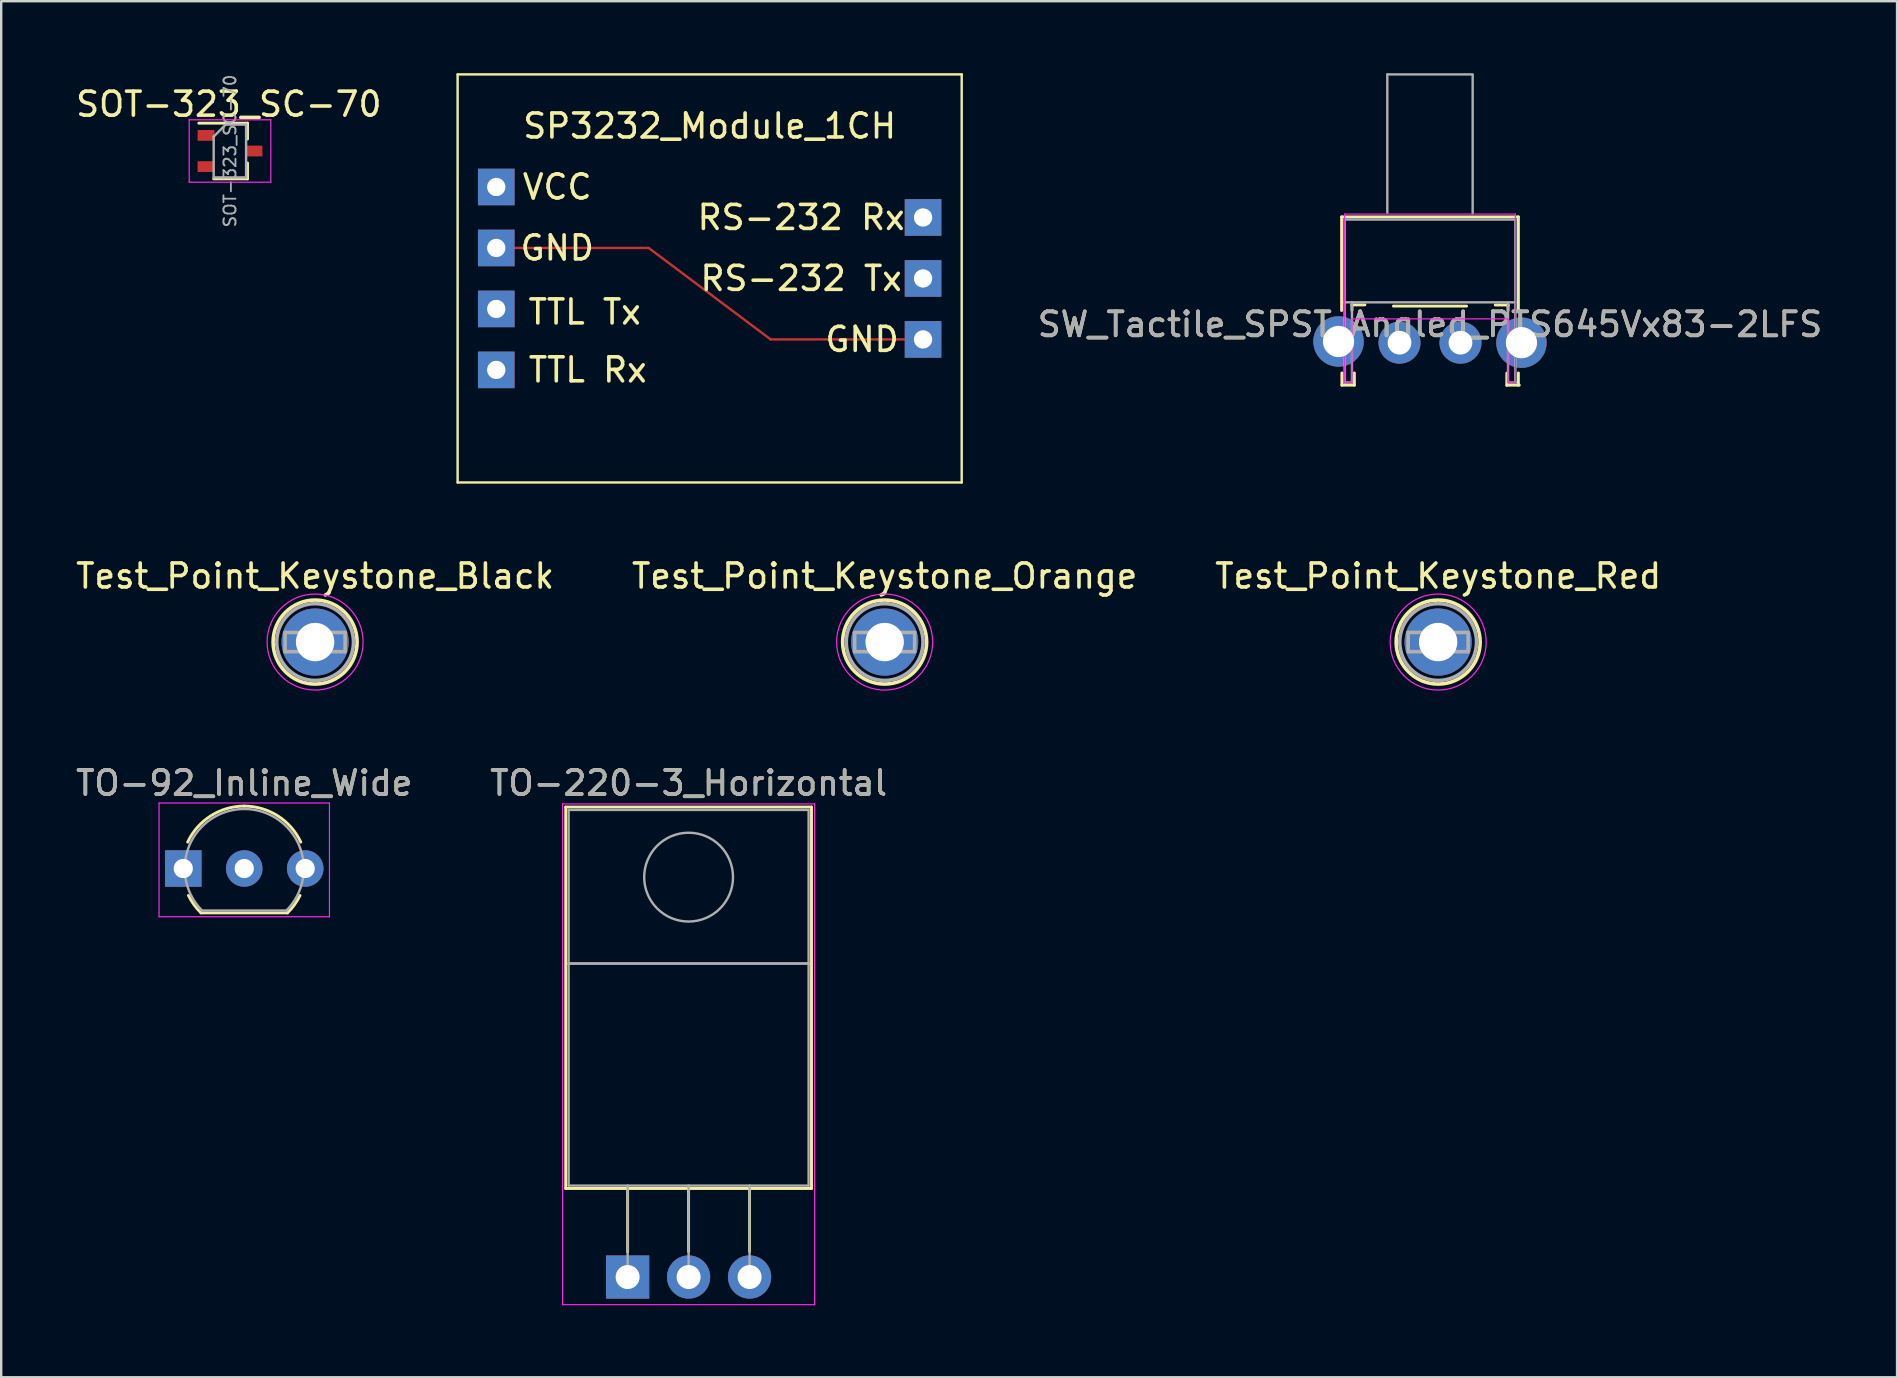
<source format=kicad_pcb>
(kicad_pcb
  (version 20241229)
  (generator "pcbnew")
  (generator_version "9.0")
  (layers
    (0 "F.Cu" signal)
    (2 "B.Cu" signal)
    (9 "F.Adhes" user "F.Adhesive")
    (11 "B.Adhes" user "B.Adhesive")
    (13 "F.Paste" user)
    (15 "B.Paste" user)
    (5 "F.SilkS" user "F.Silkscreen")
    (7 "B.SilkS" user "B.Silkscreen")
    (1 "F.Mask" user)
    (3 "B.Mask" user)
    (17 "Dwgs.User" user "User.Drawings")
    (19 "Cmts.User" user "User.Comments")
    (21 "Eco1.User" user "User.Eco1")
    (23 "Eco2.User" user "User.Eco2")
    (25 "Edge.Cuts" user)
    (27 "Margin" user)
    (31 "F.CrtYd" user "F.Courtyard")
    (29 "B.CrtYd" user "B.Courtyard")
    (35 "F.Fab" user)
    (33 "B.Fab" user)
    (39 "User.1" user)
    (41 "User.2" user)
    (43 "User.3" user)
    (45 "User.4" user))
  (footprint "Test_Point_Keystone_Orange"
    (layer "F.Cu")
    (at 33.804 23.698)
    (property "Reference" "Test_Point_Keystone_Orange" (at 0 -2.75 0) (layer "F.SilkS") (effects (font (size 1 1) (thickness 0.15))))
    (attr exclude_from_pos_files exclude_from_bom)
    (fp_circle (center 0 0) (end 1.75 0) (stroke (width 0.15) (type solid)) (fill no) (layer "F.SilkS"))
    (fp_circle (center 0 0) (end 2 0) (stroke (width 0.05) (type solid)) (fill no) (layer "F.CrtYd"))
    (fp_line (start -1.25 -0.4) (end 1.25 -0.4) (stroke (width 0.15) (type solid)) (layer "F.Fab"))
    (fp_line (start -1.25 0.4) (end -1.25 -0.4) (stroke (width 0.15) (type solid)) (layer "F.Fab"))
    (fp_line (start 1.25 -0.4) (end 1.25 0.4) (stroke (width 0.15) (type solid)) (layer "F.Fab"))
    (fp_line (start 1.25 0.4) (end -1.25 0.4) (stroke (width 0.15) (type solid)) (layer "F.Fab"))
    (fp_circle (center 0 0) (end 1.6 0) (stroke (width 0.15) (type solid)) (fill no) (layer "F.Fab"))
    (pad "1" thru_hole circle (at 0 0) (size 2.8 2.8) (drill 1.6) (layers "*.Cu" "*.Mask")))
  (footprint "SOT-323_SC-70"
    (layer "F.Cu")
    (at 6.532 3.241)
    (property "Reference" "SOT-323_SC-70" (at -0.05 -1.95 0) (layer "F.SilkS") (effects (font (size 1 1) (thickness 0.15))))
    (attr smd)
    (fp_line (start -0.68 1.16) (end 0.73 1.16) (stroke (width 0.12) (type solid)) (layer "F.SilkS"))
    (fp_line (start 0.73 -1.16) (end -1.3 -1.16) (stroke (width 0.12) (type solid)) (layer "F.SilkS"))
    (fp_line (start 0.73 -1.16) (end 0.73 -0.5) (stroke (width 0.12) (type solid)) (layer "F.SilkS"))
    (fp_line (start 0.73 0.5) (end 0.73 1.16) (stroke (width 0.12) (type solid)) (layer "F.SilkS"))
    (fp_line (start -1.7 -1.3) (end 1.7 -1.3) (stroke (width 0.05) (type solid)) (layer "F.CrtYd"))
    (fp_line (start -1.7 1.3) (end -1.7 -1.3) (stroke (width 0.05) (type solid)) (layer "F.CrtYd"))
    (fp_line (start 1.7 -1.3) (end 1.7 1.3) (stroke (width 0.05) (type solid)) (layer "F.CrtYd"))
    (fp_line (start 1.7 1.3) (end -1.7 1.3) (stroke (width 0.05) (type solid)) (layer "F.CrtYd"))
    (fp_line (start -0.68 -0.6) (end -0.68 1.1) (stroke (width 0.1) (type solid)) (layer "F.Fab"))
    (fp_line (start -0.18 -1.1) (end -0.68 -0.6) (stroke (width 0.1) (type solid)) (layer "F.Fab"))
    (fp_line (start 0.67 -1.1) (end -0.18 -1.1) (stroke (width 0.1) (type solid)) (layer "F.Fab"))
    (fp_line (start 0.67 -1.1) (end 0.67 1.1) (stroke (width 0.1) (type solid)) (layer "F.Fab"))
    (fp_line (start 0.67 1.1) (end -0.68 1.1) (stroke (width 0.1) (type solid)) (layer "F.Fab"))
    (fp_text user "${REFERENCE}" (at 0 0 270) (layer "F.Fab") (effects (font (size 0.5 0.5) (thickness 0.075))))
    (pad "1" smd rect (at -1 -0.65 270) (size 0.45 0.7) (layers "F.Cu" "F.Mask" "F.Paste"))
    (pad "2" smd rect (at -1 0.65 270) (size 0.45 0.7) (layers "F.Cu" "F.Mask" "F.Paste"))
    (pad "3" smd rect (at 1 0 270) (size 0.45 0.7) (layers "F.Cu" "F.Mask" "F.Paste")))
  (footprint "Test_Point_Keystone_Black"
    (layer "F.Cu")
    (at 10.077 23.698)
    (property "Reference" "Test_Point_Keystone_Black" (at 0 -2.75 0) (layer "F.SilkS") (effects (font (size 1 1) (thickness 0.15))))
    (attr exclude_from_pos_files exclude_from_bom)
    (fp_circle (center 0 0) (end 1.75 0) (stroke (width 0.15) (type solid)) (fill no) (layer "F.SilkS"))
    (fp_circle (center 0 0) (end 2 0) (stroke (width 0.05) (type solid)) (fill no) (layer "F.CrtYd"))
    (fp_line (start -1.25 -0.4) (end 1.25 -0.4) (stroke (width 0.15) (type solid)) (layer "F.Fab"))
    (fp_line (start -1.25 0.4) (end -1.25 -0.4) (stroke (width 0.15) (type solid)) (layer "F.Fab"))
    (fp_line (start 1.25 -0.4) (end 1.25 0.4) (stroke (width 0.15) (type solid)) (layer "F.Fab"))
    (fp_line (start 1.25 0.4) (end -1.25 0.4) (stroke (width 0.15) (type solid)) (layer "F.Fab"))
    (fp_circle (center 0 0) (end 1.6 0) (stroke (width 0.15) (type solid)) (fill no) (layer "F.Fab"))
    (pad "1" thru_hole circle (at 0 0) (size 2.8 2.8) (drill 1.6) (layers "*.Cu" "*.Mask")))
  (footprint "Test_Point_Keystone_Red"
    (layer "F.Cu")
    (at 56.863 23.698)
    (property "Reference" "Test_Point_Keystone_Red" (at 0 -2.75 0) (layer "F.SilkS") (effects (font (size 1 1) (thickness 0.15))))
    (attr exclude_from_pos_files exclude_from_bom)
    (fp_circle (center 0 0) (end 1.75 0) (stroke (width 0.15) (type solid)) (fill no) (layer "F.SilkS"))
    (fp_circle (center 0 0) (end 2 0) (stroke (width 0.05) (type solid)) (fill no) (layer "F.CrtYd"))
    (fp_line (start -1.25 -0.4) (end 1.25 -0.4) (stroke (width 0.15) (type solid)) (layer "F.Fab"))
    (fp_line (start -1.25 0.4) (end -1.25 -0.4) (stroke (width 0.15) (type solid)) (layer "F.Fab"))
    (fp_line (start 1.25 -0.4) (end 1.25 0.4) (stroke (width 0.15) (type solid)) (layer "F.Fab"))
    (fp_line (start 1.25 0.4) (end -1.25 0.4) (stroke (width 0.15) (type solid)) (layer "F.Fab"))
    (fp_circle (center 0 0) (end 1.6 0) (stroke (width 0.15) (type solid)) (fill no) (layer "F.Fab"))
    (pad "1" thru_hole circle (at 0 0) (size 2.8 2.8) (drill 1.6) (layers "*.Cu" "*.Mask")))
  (footprint "TO-220-3_Horizontal"
    (layer "F.Cu")
    (at 23.097 50.151)
    (property "Reference" "TO-220-3_Horizontal" (at 2.54 -20.58 0) (layer "F.SilkS") (effects (font (size 1 1) (thickness 0.15))))
    (attr through_hole)
    (fp_line (start -2.58 -19.58) (end -2.58 -3.69) (stroke (width 0.12) (type solid)) (layer "F.SilkS"))
    (fp_line (start -2.58 -19.58) (end 7.66 -19.58) (stroke (width 0.12) (type solid)) (layer "F.SilkS"))
    (fp_line (start -2.58 -3.69) (end 7.66 -3.69) (stroke (width 0.12) (type solid)) (layer "F.SilkS"))
    (fp_line (start 0 -3.69) (end 0 -1.05) (stroke (width 0.12) (type solid)) (layer "F.SilkS"))
    (fp_line (start 2.54 -3.69) (end 2.54 -1.066) (stroke (width 0.12) (type solid)) (layer "F.SilkS"))
    (fp_line (start 5.08 -3.69) (end 5.08 -1.066) (stroke (width 0.12) (type solid)) (layer "F.SilkS"))
    (fp_line (start 7.66 -19.58) (end 7.66 -3.69) (stroke (width 0.12) (type solid)) (layer "F.SilkS"))
    (fp_line (start -2.71 -19.71) (end -2.71 1.15) (stroke (width 0.05) (type solid)) (layer "F.CrtYd"))
    (fp_line (start -2.71 1.15) (end 7.79 1.15) (stroke (width 0.05) (type solid)) (layer "F.CrtYd"))
    (fp_line (start 7.79 -19.71) (end -2.71 -19.71) (stroke (width 0.05) (type solid)) (layer "F.CrtYd"))
    (fp_line (start 7.79 1.15) (end 7.79 -19.71) (stroke (width 0.05) (type solid)) (layer "F.CrtYd"))
    (fp_line (start -2.46 -19.46) (end 7.54 -19.46) (stroke (width 0.1) (type solid)) (layer "F.Fab"))
    (fp_line (start -2.46 -13.06) (end -2.46 -19.46) (stroke (width 0.1) (type solid)) (layer "F.Fab"))
    (fp_line (start -2.46 -13.06) (end 7.54 -13.06) (stroke (width 0.1) (type solid)) (layer "F.Fab"))
    (fp_line (start -2.46 -3.81) (end -2.46 -13.06) (stroke (width 0.1) (type solid)) (layer "F.Fab"))
    (fp_line (start 0 -3.81) (end 0 0) (stroke (width 0.1) (type solid)) (layer "F.Fab"))
    (fp_line (start 2.54 -3.81) (end 2.54 0) (stroke (width 0.1) (type solid)) (layer "F.Fab"))
    (fp_line (start 5.08 -3.81) (end 5.08 0) (stroke (width 0.1) (type solid)) (layer "F.Fab"))
    (fp_line (start 7.54 -19.46) (end 7.54 -13.06) (stroke (width 0.1) (type solid)) (layer "F.Fab"))
    (fp_line (start 7.54 -13.06) (end -2.46 -13.06) (stroke (width 0.1) (type solid)) (layer "F.Fab"))
    (fp_line (start 7.54 -13.06) (end 7.54 -3.81) (stroke (width 0.1) (type solid)) (layer "F.Fab"))
    (fp_line (start 7.54 -3.81) (end -2.46 -3.81) (stroke (width 0.1) (type solid)) (layer "F.Fab"))
    (fp_circle (center 2.54 -16.66) (end 4.39 -16.66) (stroke (width 0.1) (type solid)) (fill no) (layer "F.Fab"))
    (fp_text user "${REFERENCE}" (at 2.54 -20.58 0) (layer "F.Fab") (effects (font (size 1 1) (thickness 0.15))))
    (pad "1" thru_hole rect (at 0 0) (size 1.8 1.8) (drill 1) (layers "*.Cu" "*.Mask"))
    (pad "2" thru_hole oval (at 2.54 0) (size 1.8 1.8) (drill 1) (layers "*.Cu" "*.Mask"))
    (pad "3" thru_hole oval (at 5.08 0) (size 1.8 1.8) (drill 1) (layers "*.Cu" "*.Mask")))
  (footprint "SP3232_Module_1CH"
    (layer "F.Cu")
    (at 25.244 7.28)
    (property "Reference" "SP3232_Module_1CH" (at 1.27 -5.08 0) (layer "F.SilkS") (effects (font (size 1 1) (thickness 0.15))))
    (attr through_hole)
    (fp_line (start -6.985 0) (end -1.27 0) (stroke (width 0.1) (type solid)) (layer "F.Cu"))
    (fp_line (start -1.27 0) (end 3.81 3.81) (stroke (width 0.1) (type solid)) (layer "F.Cu"))
    (fp_line (start 9.398 3.81) (end 3.81 3.81) (stroke (width 0.1) (type solid)) (layer "F.Cu"))
    (fp_line (start -9.23 -7.23) (end 11.77 -7.23) (stroke (width 0.1) (type solid)) (layer "F.SilkS"))
    (fp_line (start -9.23 9.77) (end -9.23 -7.23) (stroke (width 0.1) (type solid)) (layer "F.SilkS"))
    (fp_line (start 11.77 -7.23) (end 11.77 9.77) (stroke (width 0.1) (type solid)) (layer "F.SilkS"))
    (fp_line (start 11.77 9.77) (end -9.23 9.77) (stroke (width 0.1) (type solid)) (layer "F.SilkS"))
    (fp_text user "VCC" (at -5.08 -2.54 0) (layer "F.SilkS") (effects (font (size 1 1) (thickness 0.15))))
    (fp_text user "TTL Tx" (at -3.937 2.667 0) (layer "F.SilkS") (effects (font (size 1 1) (thickness 0.15))))
    (fp_text user "GND" (at -5.08 0 0) (layer "F.SilkS") (effects (font (size 1 1) (thickness 0.15))))
    (fp_text user "RS-232 Tx" (at 5.08 1.27 0) (layer "F.SilkS") (effects (font (size 1 1) (thickness 0.15))))
    (fp_text user "GND" (at 7.62 3.81 0) (layer "F.SilkS") (effects (font (size 1 1) (thickness 0.15))))
    (fp_text user "RS-232 Rx" (at 5.08 -1.27 0) (layer "F.SilkS") (effects (font (size 1 1) (thickness 0.15))))
    (fp_text user "TTL Rx" (at -3.81 5.08 0) (layer "F.SilkS") (effects (font (size 1 1) (thickness 0.15))))
    (pad "1" thru_hole rect (at -7.62 -2.54) (size 1.524 1.524) (drill 0.762) (layers "*.Cu" "*.Mask"))
    (pad "2" thru_hole rect (at -7.62 0) (size 1.524 1.524) (drill 0.762) (layers "*.Cu" "*.Mask"))
    (pad "3" thru_hole rect (at -7.62 2.54) (size 1.524 1.524) (drill 0.762) (layers "*.Cu" "*.Mask"))
    (pad "4" thru_hole rect (at -7.62 5.08) (size 1.524 1.524) (drill 0.762) (layers "*.Cu" "*.Mask"))
    (pad "5" thru_hole rect (at 10.16 3.81) (size 1.524 1.524) (drill 0.762) (layers "*.Cu" "*.Mask"))
    (pad "6" thru_hole rect (at 10.16 1.27) (size 1.524 1.524) (drill 0.762) (layers "*.Cu" "*.Mask"))
    (pad "7" thru_hole rect (at 10.16 -1.27) (size 1.524 1.524) (drill 0.762) (layers "*.Cu" "*.Mask")))
  (footprint "TO-92_Inline_Wide"
    (layer "F.Cu")
    (at 4.585 33.132)
    (property "Reference" "TO-92_Inline_Wide" (at 2.54 -3.56 180) (layer "F.SilkS") (effects (font (size 1 1) (thickness 0.15))))
    (attr through_hole)
    (fp_line (start 0.74 1.85) (end 4.34 1.85) (stroke (width 0.12) (type solid)) (layer "F.SilkS"))
    (fp_arc (start 0.1836 -1.098807) (mid 1.143021 -2.192817) (end 2.54 -2.6) (stroke (width 0.12) (type solid)) (layer "F.SilkS"))
    (fp_arc (start 0.74 1.85) (mid 0.446097 1.509328) (end 0.215816 1.122795) (stroke (width 0.12) (type solid)) (layer "F.SilkS"))
    (fp_arc (start 2.54 -2.6) (mid 3.936979 -2.192818) (end 4.8964 -1.098807) (stroke (width 0.12) (type solid)) (layer "F.SilkS"))
    (fp_arc (start 4.864184 1.122795) (mid 4.633903 1.509328) (end 4.34 1.85) (stroke (width 0.12) (type solid)) (layer "F.SilkS"))
    (fp_line (start -1.01 -2.73) (end -1.01 2.01) (stroke (width 0.05) (type solid)) (layer "F.CrtYd"))
    (fp_line (start -1.01 -2.73) (end 6.09 -2.73) (stroke (width 0.05) (type solid)) (layer "F.CrtYd"))
    (fp_line (start 6.09 2.01) (end -1.01 2.01) (stroke (width 0.05) (type solid)) (layer "F.CrtYd"))
    (fp_line (start 6.09 2.01) (end 6.09 -2.73) (stroke (width 0.05) (type solid)) (layer "F.CrtYd"))
    (fp_line (start 0.8 1.75) (end 4.3 1.75) (stroke (width 0.1) (type solid)) (layer "F.Fab"))
    (fp_arc (start 0.786375 1.753625) (mid 0.248779 -0.949055) (end 2.54 -2.48) (stroke (width 0.1) (type solid)) (layer "F.Fab"))
    (fp_arc (start 2.54 -2.48) (mid 4.831221 -0.949055) (end 4.293625 1.753625) (stroke (width 0.1) (type solid)) (layer "F.Fab"))
    (fp_text user "${REFERENCE}" (at 2.54 -3.56 180) (layer "F.Fab") (effects (font (size 1 1) (thickness 0.15))))
    (pad "1" thru_hole rect (at 0 0 90) (size 1.52 1.52) (drill 0.8) (layers "*.Cu" "*.Mask"))
    (pad "2" thru_hole circle (at 2.54 0 90) (size 1.52 1.52) (drill 0.8) (layers "*.Cu" "*.Mask"))
    (pad "3" thru_hole circle (at 5.08 0 90) (size 1.52 1.52) (drill 0.8) (layers "*.Cu" "*.Mask")))
  (footprint "SW_Tactile_SPST_Angled_PTS645Vx83-2LFS"
    (layer "F.Cu")
    (at 55.253 11.226)
    (property "Reference" "SW_Tactile_SPST_Angled_PTS645Vx83-2LFS" (at 1.27 -0.762 0) (layer "F.SilkS") (effects (font (size 1 1) (thickness 0.15))))
    (attr through_hole)
    (fp_line (start -2.413 -5.24) (end -2.413 -1.34) (stroke (width 0.12) (type solid)) (layer "F.SilkS"))
    (fp_line (start -2.413 -5.24) (end 4.953 -5.24) (stroke (width 0.12) (type solid)) (layer "F.SilkS"))
    (fp_line (start -2.4 1.26) (end -2.4 1.77) (stroke (width 0.12) (type solid)) (layer "F.SilkS"))
    (fp_line (start -2.4 1.77) (end -1.88 1.77) (stroke (width 0.12) (type solid)) (layer "F.SilkS"))
    (fp_line (start -1.981 -1.575) (end -1.981 -1.345) (stroke (width 0.12) (type solid)) (layer "F.SilkS"))
    (fp_line (start -1.981 -1.575) (end -1.441 -1.575) (stroke (width 0.12) (type solid)) (layer "F.SilkS"))
    (fp_line (start -1.88 1.26) (end -1.88 1.77) (stroke (width 0.12) (type solid)) (layer "F.SilkS"))
    (fp_line (start -0.254 -1.524) (end 2.794 -1.524) (stroke (width 0.12) (type solid)) (layer "F.SilkS"))
    (fp_line (start 3.988 -1.57) (end 4.528 -1.57) (stroke (width 0.12) (type solid)) (layer "F.SilkS"))
    (fp_line (start 4.47 1.27) (end 4.47 1.78) (stroke (width 0.12) (type solid)) (layer "F.SilkS"))
    (fp_line (start 4.47 1.77) (end 4.99 1.77) (stroke (width 0.12) (type solid)) (layer "F.SilkS"))
    (fp_line (start 4.521 -1.575) (end 4.521 -1.345) (stroke (width 0.12) (type solid)) (layer "F.SilkS"))
    (fp_line (start 4.953 -5.24) (end 4.953 -1.34) (stroke (width 0.12) (type solid)) (layer "F.SilkS"))
    (fp_line (start 4.953 1.26) (end 4.953 1.77) (stroke (width 0.12) (type solid)) (layer "F.SilkS"))
    (fp_line (start -2.286 -5.359) (end 4.826 -5.359) (stroke (width 0.05) (type solid)) (layer "F.CrtYd"))
    (fp_line (start -2.286 1.651) (end -2.286 -5.359) (stroke (width 0.05) (type solid)) (layer "F.CrtYd"))
    (fp_line (start -2.286 1.651) (end -1.981 1.651) (stroke (width 0.05) (type solid)) (layer "F.CrtYd"))
    (fp_line (start -1.981 1.651) (end -1.981 -0.991) (stroke (width 0.05) (type solid)) (layer "F.CrtYd"))
    (fp_line (start 4.521 -0.991) (end -1.981 -0.991) (stroke (width 0.05) (type solid)) (layer "F.CrtYd"))
    (fp_line (start 4.521 1.651) (end 4.521 -0.991) (stroke (width 0.05) (type solid)) (layer "F.CrtYd"))
    (fp_line (start 4.521 1.651) (end 4.826 1.651) (stroke (width 0.05) (type solid)) (layer "F.CrtYd"))
    (fp_line (start 4.826 1.651) (end 4.826 -5.359) (stroke (width 0.05) (type solid)) (layer "F.CrtYd"))
    (fp_line (start -2.286 -5.13) (end 4.826 -5.13) (stroke (width 0.1) (type solid)) (layer "F.Fab"))
    (fp_line (start -2.286 -1.68) (end 4.826 -1.68) (stroke (width 0.1) (type solid)) (layer "F.Fab"))
    (fp_line (start -2.286 1.66) (end -2.286 -5.13) (stroke (width 0.1) (type solid)) (layer "F.Fab"))
    (fp_line (start -2.286 1.66) (end -1.986 1.66) (stroke (width 0.1) (type solid)) (layer "F.Fab"))
    (fp_line (start -1.981 1.651) (end -1.981 -1.689) (stroke (width 0.1) (type solid)) (layer "F.Fab"))
    (fp_line (start -0.508 -11.176) (end -0.508 -5.416) (stroke (width 0.1) (type solid)) (layer "F.Fab"))
    (fp_line (start -0.508 -11.176) (end 3.048 -11.176) (stroke (width 0.1) (type solid)) (layer "F.Fab"))
    (fp_line (start 3.048 -11.144) (end 3.048 -5.384) (stroke (width 0.1) (type solid)) (layer "F.Fab"))
    (fp_line (start 4.521 1.651) (end 4.521 -1.676) (stroke (width 0.1) (type solid)) (layer "F.Fab"))
    (fp_line (start 4.551 1.66) (end 4.851 1.66) (stroke (width 0.1) (type solid)) (layer "F.Fab"))
    (fp_line (start 4.826 1.626) (end 4.826 -5.13) (stroke (width 0.1) (type solid)) (layer "F.Fab"))
    (fp_text user "${REFERENCE}" (at 1.27 -0.762 0) (layer "F.Fab") (effects (font (size 1 1) (thickness 0.15))))
    (pad "" thru_hole circle (at -2.54 -0.05) (size 2.1 2.1) (drill 1.3) (layers "*.Cu" "*.Mask"))
    (pad "" thru_hole circle (at 5.08 0) (size 2.1 2.1) (drill 1.3) (layers "*.Cu" "*.Mask"))
    (pad "1" thru_hole circle (at 0 0) (size 1.75 1.75) (drill 0.99) (layers "*.Cu" "*.Mask"))
    (pad "2" thru_hole circle (at 2.54 0) (size 1.75 1.75) (drill 0.99) (layers "*.Cu" "*.Mask")))
  (gr_rect
    (start -3 -3)
    (end 75.981 54.327)
    (stroke (width 0.1) (type default))
    (fill no)
    (layer "Edge.Cuts")))
</source>
